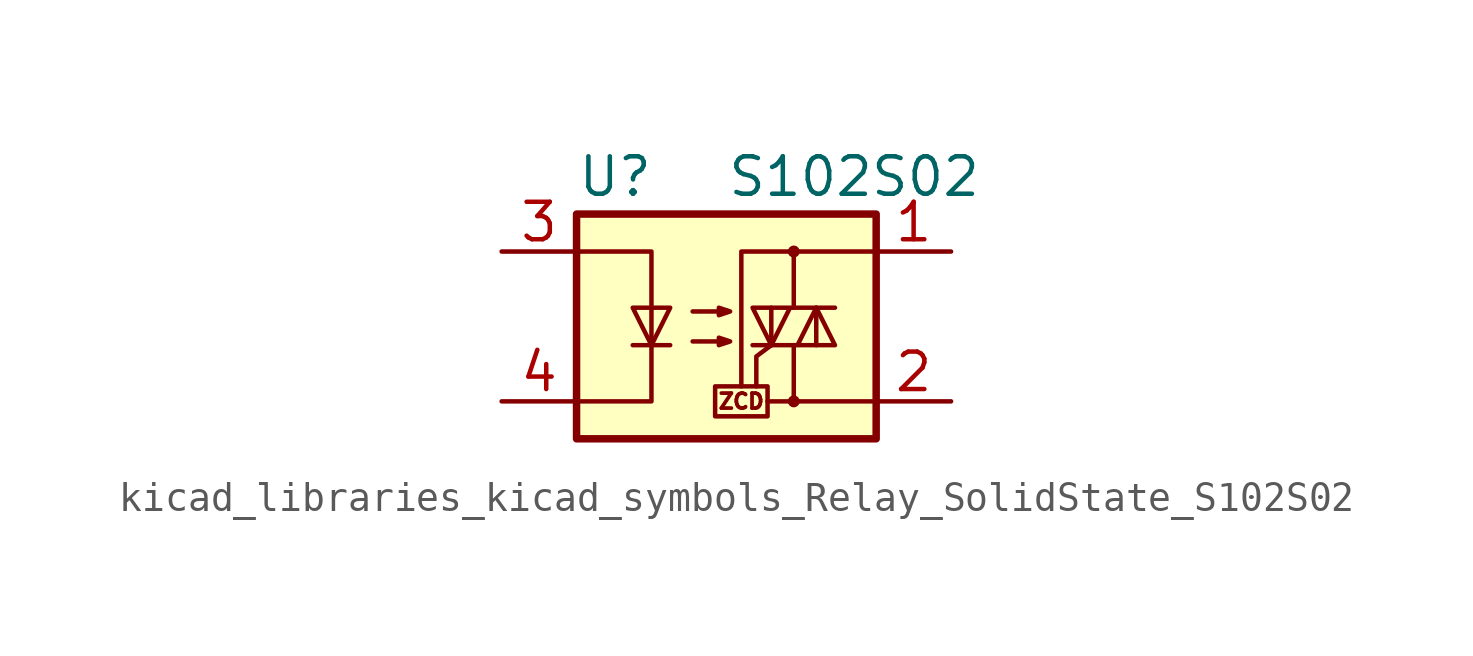
<source format=kicad_sym>
(kicad_symbol_lib
  (version 20220914)
  (generator kicad_symbol_editor)
  (symbol "kicad_libraries_kicad_symbols_Relay_SolidState_S102S02"
    (property "Reference" "U"
      (at -5.08 5.08 0)
      (effects (font (size 1.27 1.27)) (justify left)))
    (property "Value" "S102S02"
      (at 0 5.08 0)
      (effects (font (size 1.27 1.27)) (justify left)))
    (symbol "kicad_libraries_kicad_symbols_Relay_SolidState_S102S02_0_0"
      (rectangle (start -0.381 -2.032) (end 1.397 -3.048) (stroke (width 0) (type default)) (fill (type none)))
      (polyline (pts (xy 2.286 -2.54) (xy 1.397 -2.54)) (stroke (width 0) (type default)) (fill (type none)))
      (polyline (pts (xy 1.524 -0.635) (xy 1.016 -1.016) (xy 1.016 -2.032)) (stroke (width 0) (type default)) (fill (type none)))
      (text "ZCD" (at 0.508 -2.54 0) (effects (font (size 0.508 0.508)))))
    (symbol "kicad_libraries_kicad_symbols_Relay_SolidState_S102S02_0_1"
      (rectangle (start -5.08 3.81) (end 5.08 -3.81) (stroke (width 0.254) (type default)) (fill (type background)))
      (polyline (pts (xy -3.175 -0.635) (xy -1.905 -0.635)) (stroke (width 0) (type default)) (fill (type none)))
      (polyline (pts (xy 1.524 -0.635) (xy 1.524 0.635)) (stroke (width 0) (type default)) (fill (type none)))
      (polyline (pts (xy 3.048 0.635) (xy 3.048 -0.635)) (stroke (width 0) (type default)) (fill (type none)))
      (polyline (pts (xy 2.286 -0.635) (xy 2.286 -2.54) (xy 5.08 -2.54)) (stroke (width 0) (type default)) (fill (type none)))
      (polyline (pts (xy 2.286 0.635) (xy 2.286 2.54) (xy 5.08 2.54)) (stroke (width 0) (type default)) (fill (type none)))
      (polyline (pts (xy 2.286 2.54) (xy 0.508 2.54) (xy 0.508 -2.032)) (stroke (width 0) (type default)) (fill (type none)))
      (polyline (pts (xy -5.08 2.54) (xy -2.54 2.54) (xy -2.54 -2.54) (xy -5.08 -2.54)) (stroke (width 0) (type default)) (fill (type none)))
      (polyline (pts (xy -2.54 -0.635) (xy -3.175 0.635) (xy -1.905 0.635) (xy -2.54 -0.635)) (stroke (width 0) (type default)) (fill (type none)))
      (polyline (pts (xy 0.889 -0.635) (xy 3.683 -0.635) (xy 3.048 0.635) (xy 2.413 -0.635)) (stroke (width 0) (type default)) (fill (type none)))
      (polyline (pts (xy 3.683 0.635) (xy 0.889 0.635) (xy 1.524 -0.635) (xy 2.159 0.635)) (stroke (width 0) (type default)) (fill (type none)))
      (polyline (pts (xy -1.143 -0.508) (xy 0.127 -0.508) (xy -0.254 -0.635) (xy -0.254 -0.381) (xy 0.127 -0.508)) (stroke (width 0) (type default)) (fill (type none)))
      (polyline (pts (xy -1.143 0.508) (xy 0.127 0.508) (xy -0.254 0.381) (xy -0.254 0.635) (xy 0.127 0.508)) (stroke (width 0) (type default)) (fill (type none)))
      (circle (center 2.286 -2.54) (radius 0.127) (stroke (width 0) (type default)) (fill (type none)))
      (circle (center 2.286 2.54) (radius 0.127) (stroke (width 0) (type default)) (fill (type none))))
    (symbol "kicad_libraries_kicad_symbols_Relay_SolidState_S102S02_1_1"
      (pin passive line (at 7.62 2.54 180) (length 2.54) (name "~" (effects (font (size 1.27 1.27)))) (number "1" (effects (font (size 1.27 1.27)))))
      (pin passive line (at 7.62 -2.54 180) (length 2.54) (name "~" (effects (font (size 1.27 1.27)))) (number "2" (effects (font (size 1.27 1.27)))))
      (pin passive line (at -7.62 2.54 0) (length 2.54) (name "~" (effects (font (size 1.27 1.27)))) (number "3" (effects (font (size 1.27 1.27)))))
      (pin passive line (at -7.62 -2.54 0) (length 2.54) (name "~" (effects (font (size 1.27 1.27)))) (number "4" (effects (font (size 1.27 1.27))))))))
</source>
